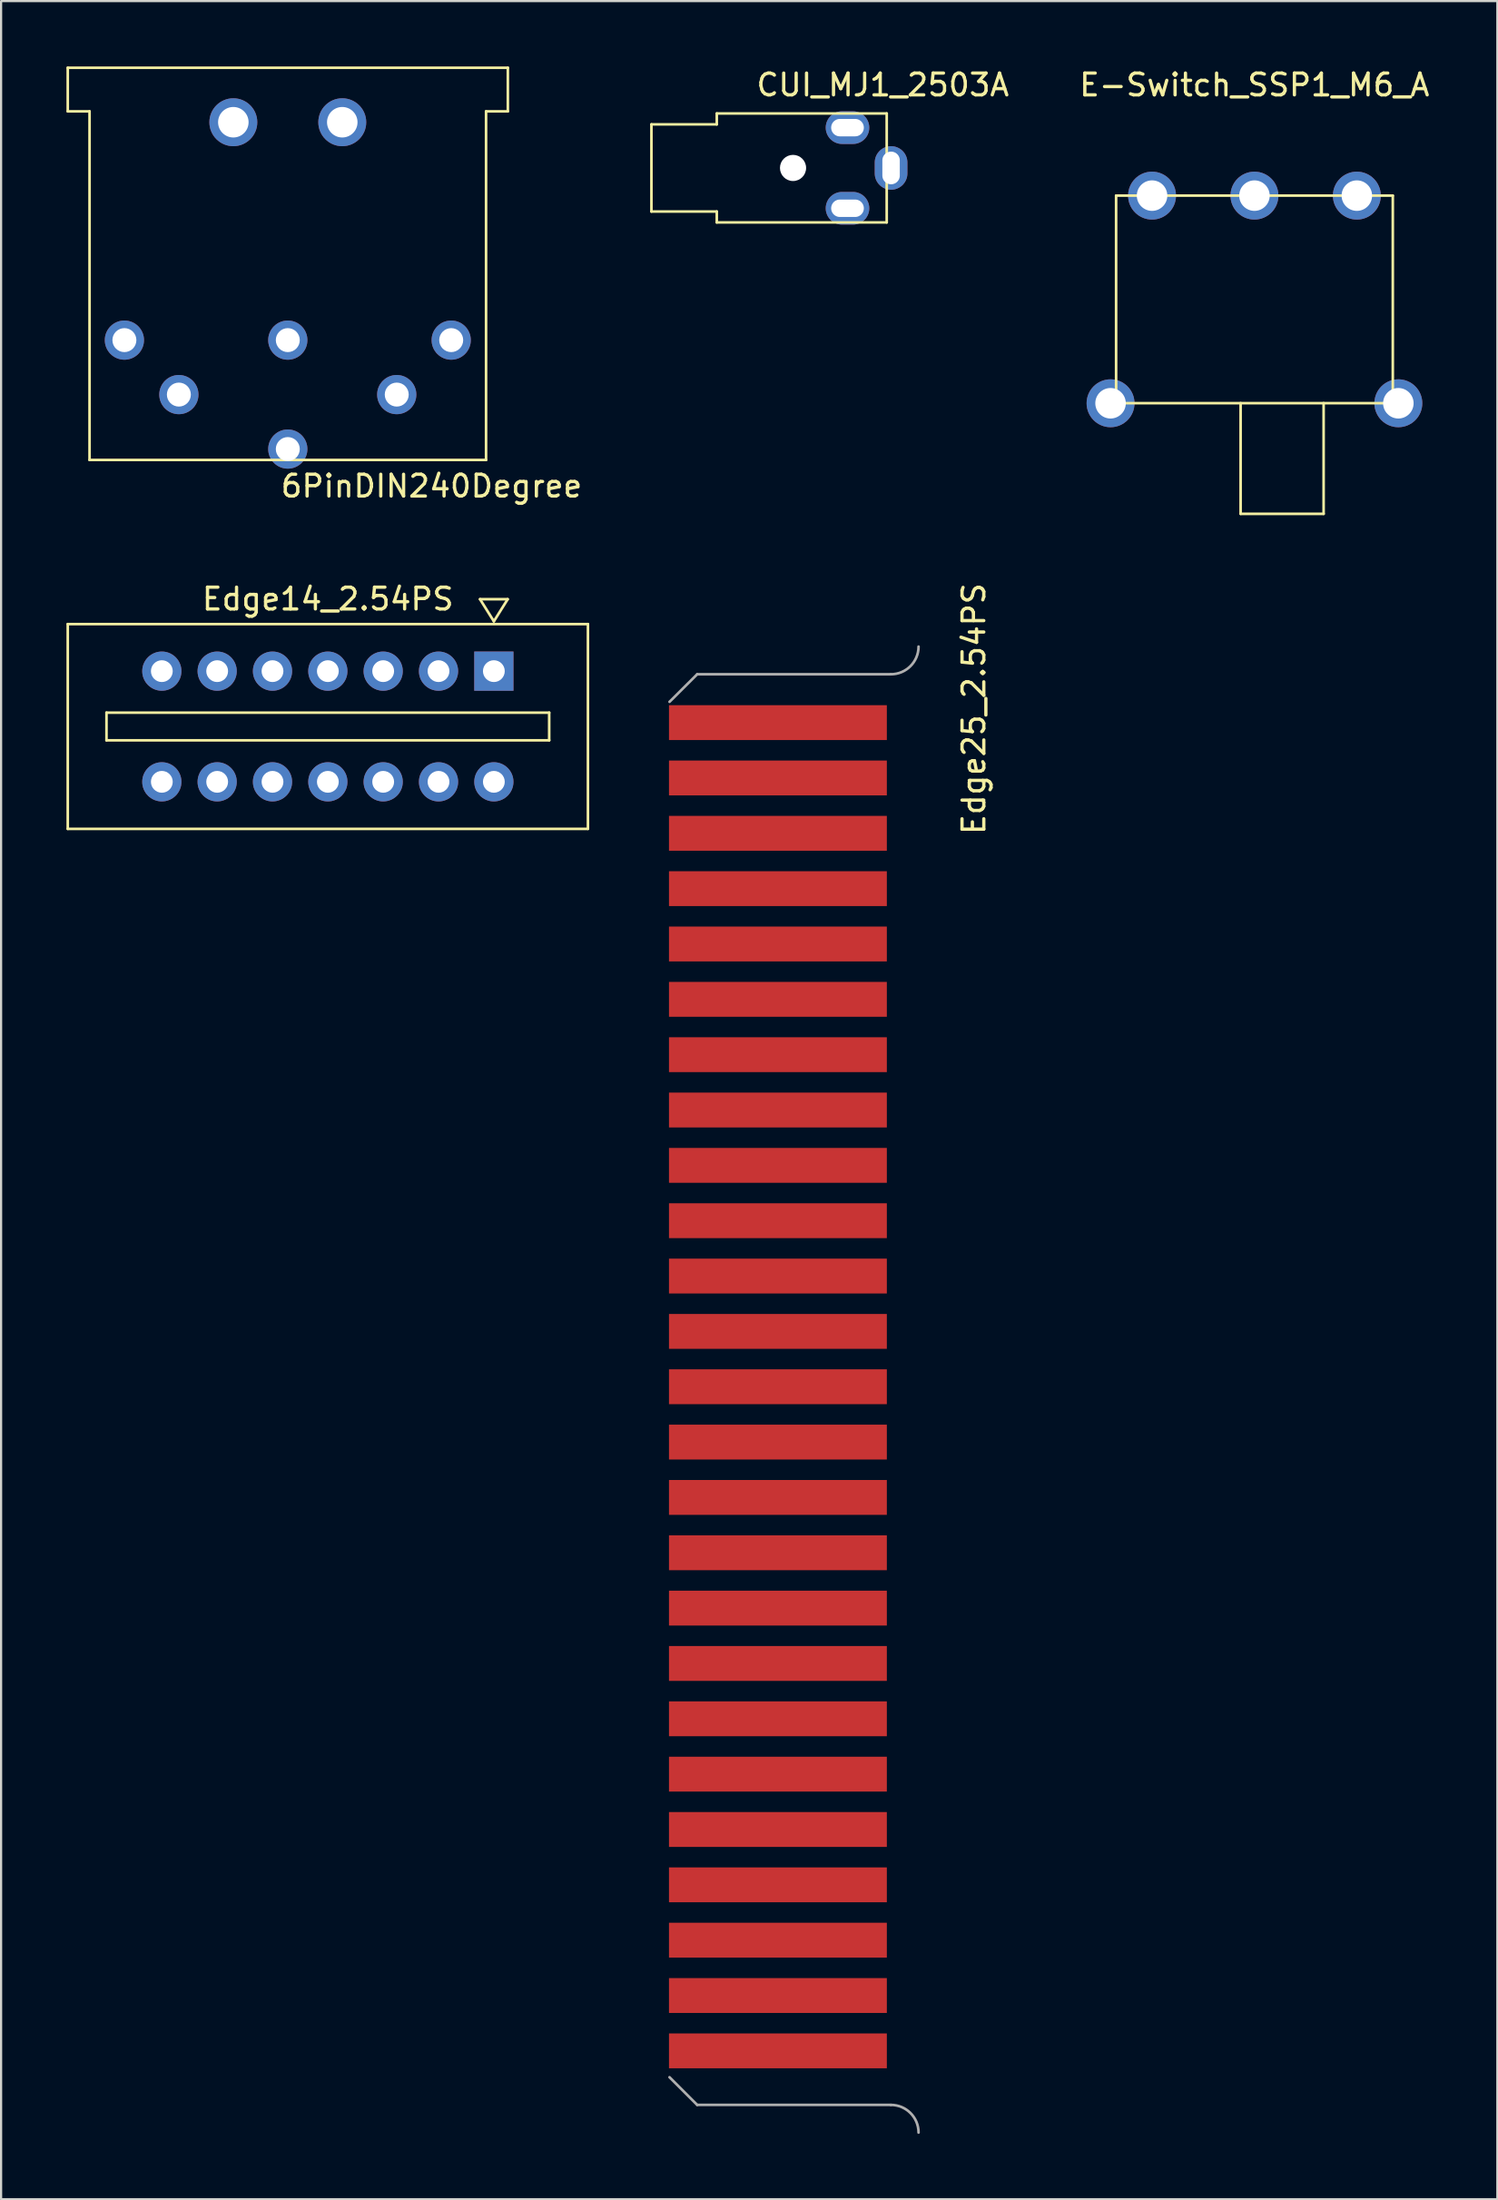
<source format=kicad_pcb>
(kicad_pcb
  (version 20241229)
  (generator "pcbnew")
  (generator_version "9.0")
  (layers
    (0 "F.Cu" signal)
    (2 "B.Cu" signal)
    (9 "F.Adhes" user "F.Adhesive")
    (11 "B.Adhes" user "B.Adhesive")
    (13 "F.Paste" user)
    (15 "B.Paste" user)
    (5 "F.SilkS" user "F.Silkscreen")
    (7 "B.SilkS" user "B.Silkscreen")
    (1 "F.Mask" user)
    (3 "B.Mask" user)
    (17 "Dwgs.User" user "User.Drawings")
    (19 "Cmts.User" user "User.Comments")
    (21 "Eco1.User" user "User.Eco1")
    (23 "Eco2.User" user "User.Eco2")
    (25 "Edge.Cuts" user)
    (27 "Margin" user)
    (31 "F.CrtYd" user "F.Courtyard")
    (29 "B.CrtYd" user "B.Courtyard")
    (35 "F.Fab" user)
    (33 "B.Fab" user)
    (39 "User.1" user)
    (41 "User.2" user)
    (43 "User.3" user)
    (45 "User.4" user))
  (footprint "6PinDIN240Degree"
    (layer "F.Cu")
    (at 10.16 12.56)
    (property "Reference" "6PinDIN240Degree" (at 6.6 6.7 0) (layer "F.SilkS") (effects (font (size 1 1) (thickness 0.15))))
    (attr through_hole)
    (fp_line (start -10.1 -12.5) (end -10.1 -10.5) (stroke (width 0.12) (type solid)) (layer "F.SilkS"))
    (fp_line (start -10.1 -12.5) (end 10.1 -12.5) (stroke (width 0.12) (type solid)) (layer "F.SilkS"))
    (fp_line (start -10.1 -10.5) (end -9.1 -10.5) (stroke (width 0.12) (type solid)) (layer "F.SilkS"))
    (fp_line (start -9.1 -10.5) (end -9.1 5.5) (stroke (width 0.12) (type solid)) (layer "F.SilkS"))
    (fp_line (start -9.1 5.5) (end 9.1 5.5) (stroke (width 0.12) (type solid)) (layer "F.SilkS"))
    (fp_line (start 9.1 -10.5) (end 9.1 5.5) (stroke (width 0.12) (type solid)) (layer "F.SilkS"))
    (fp_line (start 9.1 -10.5) (end 10.1 -10.5) (stroke (width 0.12) (type solid)) (layer "F.SilkS"))
    (fp_line (start 10.1 -12.5) (end 10.1 -10.5) (stroke (width 0.12) (type solid)) (layer "F.SilkS"))
    (pad "1" thru_hole circle (at -7.5 0) (size 1.8 1.8) (drill 1.1) (layers "*.Cu" "*.Mask"))
    (pad "2" thru_hole circle (at -5 2.5) (size 1.8 1.8) (drill 1.1) (layers "*.Cu" "*.Mask"))
    (pad "3" thru_hole circle (at 0 0) (size 1.8 1.8) (drill 1.1) (layers "*.Cu" "*.Mask"))
    (pad "4" thru_hole circle (at 5 2.5) (size 1.8 1.8) (drill 1.1) (layers "*.Cu" "*.Mask"))
    (pad "5" thru_hole circle (at 7.5 0) (size 1.8 1.8) (drill 1.1) (layers "*.Cu" "*.Mask"))
    (pad "6" thru_hole circle (at 0 5) (size 1.8 1.8) (drill 1.1) (layers "*.Cu" "*.Mask"))
    (pad "SH" thru_hole circle (at -2.5 -10) (size 2.2 2.2) (drill 1.4) (layers "*.Cu" "*.Mask"))
    (pad "SH" thru_hole circle (at 2.5 -10) (size 2.2 2.2) (drill 1.4) (layers "*.Cu" "*.Mask")))
  (footprint "Edge25_2.54PS"
    (layer "F.Cu")
    (at 30.856 30.115)
    (property "Reference" "Edge25_2.54PS" (at 10.795 -0.635 90) (layer "F.SilkS") (effects (font (size 1 1) (thickness 0.15))))
    (attr through_hole)
    (fp_poly (pts (xy 6.985 63.5) (xy -3.81 63.5) (xy -3.81 -2.54) (xy 6.985 -2.54)) (stroke (width 0.1) (type solid)) (fill yes) (layer "F.Mask"))
    (fp_line (start -1.905 -2.22) (end -3.175 -0.954) (stroke (width 0.12) (type solid)) (layer "F.Fab"))
    (fp_line (start -1.905 63.44) (end -3.175 62.17) (stroke (width 0.12) (type solid)) (layer "F.Fab"))
    (fp_line (start 6.985 -2.22) (end -1.905 -2.22) (stroke (width 0.12) (type solid)) (layer "F.Fab"))
    (fp_line (start 6.985 63.44) (end -1.905 63.44) (stroke (width 0.12) (type solid)) (layer "F.Fab"))
    (fp_arc (start 6.985 63.44) (mid 7.883026 63.811974) (end 8.255 64.71) (stroke (width 0.12) (type solid)) (layer "F.Fab"))
    (fp_arc (start 8.255 -3.49) (mid 7.883026 -2.591974) (end 6.985 -2.22) (stroke (width 0.12) (type solid)) (layer "F.Fab"))
    (pad "1" smd rect (at 1.8 0) (size 10 1.6) (layers "F.Cu" "F.Mask" "F.Paste"))
    (pad "2" smd rect (at 1.8 2.54) (size 10 1.6) (layers "F.Cu" "F.Mask" "F.Paste"))
    (pad "3" smd rect (at 1.8 5.08) (size 10 1.6) (layers "F.Cu" "F.Mask" "F.Paste"))
    (pad "4" smd rect (at 1.8 7.62) (size 10 1.6) (layers "F.Cu" "F.Mask" "F.Paste"))
    (pad "5" smd rect (at 1.8 10.16) (size 10 1.6) (layers "F.Cu" "F.Mask" "F.Paste"))
    (pad "6" smd rect (at 1.8 12.7) (size 10 1.6) (layers "F.Cu" "F.Mask" "F.Paste"))
    (pad "7" smd rect (at 1.8 15.24) (size 10 1.6) (layers "F.Cu" "F.Mask" "F.Paste"))
    (pad "8" smd rect (at 1.8 17.78) (size 10 1.6) (layers "F.Cu" "F.Mask" "F.Paste"))
    (pad "9" smd rect (at 1.8 20.32) (size 10 1.6) (layers "F.Cu" "F.Mask" "F.Paste"))
    (pad "10" smd rect (at 1.8 22.86) (size 10 1.6) (layers "F.Cu" "F.Mask" "F.Paste"))
    (pad "11" smd rect (at 1.8 25.4) (size 10 1.6) (layers "F.Cu" "F.Mask" "F.Paste"))
    (pad "12" smd rect (at 1.8 27.94) (size 10 1.6) (layers "F.Cu" "F.Mask" "F.Paste"))
    (pad "13" smd rect (at 1.8 30.48) (size 10 1.6) (layers "F.Cu" "F.Mask" "F.Paste"))
    (pad "14" smd rect (at 1.8 33.02) (size 10 1.6) (layers "F.Cu" "F.Mask" "F.Paste"))
    (pad "15" smd rect (at 1.8 35.56) (size 10 1.6) (layers "F.Cu" "F.Mask" "F.Paste"))
    (pad "16" smd rect (at 1.8 38.1) (size 10 1.6) (layers "F.Cu" "F.Mask" "F.Paste"))
    (pad "17" smd rect (at 1.8 40.64) (size 10 1.6) (layers "F.Cu" "F.Mask" "F.Paste"))
    (pad "18" smd rect (at 1.8 43.18) (size 10 1.6) (layers "F.Cu" "F.Mask" "F.Paste"))
    (pad "19" smd rect (at 1.8 45.72) (size 10 1.6) (layers "F.Cu" "F.Mask" "F.Paste"))
    (pad "20" smd rect (at 1.8 48.26) (size 10 1.6) (layers "F.Cu" "F.Mask" "F.Paste"))
    (pad "21" smd rect (at 1.8 50.8) (size 10 1.6) (layers "F.Cu" "F.Mask" "F.Paste"))
    (pad "22" smd rect (at 1.8 53.34) (size 10 1.6) (layers "F.Cu" "F.Mask" "F.Paste"))
    (pad "23" smd rect (at 1.8 55.88) (size 10 1.6) (layers "F.Cu" "F.Mask" "F.Paste"))
    (pad "24" smd rect (at 1.8 58.42) (size 10 1.6) (layers "F.Cu" "F.Mask" "F.Paste"))
    (pad "25" smd rect (at 1.8 60.96) (size 10 1.6) (layers "F.Cu" "F.Mask" "F.Paste")))
  (footprint "CUI_MJ1_2503A"
    (layer "F.Cu")
    (at 29.85 4.658)
    (property "Reference" "CUI_MJ1_2503A" (at 7.62 -3.81 0) (layer "F.SilkS") (effects (font (size 1 1) (thickness 0.15))))
    (attr through_hole)
    (fp_line (start -3 -2) (end -3 2) (stroke (width 0.12) (type solid)) (layer "F.SilkS"))
    (fp_line (start -3 2) (end 0 2) (stroke (width 0.12) (type solid)) (layer "F.SilkS"))
    (fp_line (start 0 -2.5) (end 0 -2) (stroke (width 0.12) (type solid)) (layer "F.SilkS"))
    (fp_line (start 0 -2) (end -3 -2) (stroke (width 0.12) (type solid)) (layer "F.SilkS"))
    (fp_line (start 0 2) (end 0 2.5) (stroke (width 0.12) (type solid)) (layer "F.SilkS"))
    (fp_line (start 0 2.5) (end 7.8 2.5) (stroke (width 0.12) (type solid)) (layer "F.SilkS"))
    (fp_line (start 7.8 -2.5) (end 0 -2.5) (stroke (width 0.12) (type solid)) (layer "F.SilkS"))
    (fp_line (start 7.8 2.5) (end 7.8 -2.5) (stroke (width 0.12) (type solid)) (layer "F.SilkS"))
    (pad "" np_thru_hole circle (at 3.5 0) (size 1.2 1.2) (drill 1.2) (layers "*.Cu" "*.Mask"))
    (pad "S" thru_hole oval (at 6 -1.85 90) (size 1.5 2) (drill oval 0.8 1.5) (layers "*.Cu" "*.Mask"))
    (pad "S" thru_hole oval (at 6 1.85 90) (size 1.5 2) (drill oval 0.8 1.5) (layers "*.Cu" "*.Mask"))
    (pad "T" thru_hole oval (at 8 0) (size 1.5 2) (drill oval 0.8 1.5) (layers "*.Cu" "*.Mask")))
  (footprint "Edge14_2.54PS"
    (layer "F.Cu")
    (at 11.998 23.942)
    (property "Reference" "Edge14_2.54PS" (at 0 0.5 0) (layer "F.SilkS") (effects (font (size 1 1) (thickness 0.15))))
    (attr through_hole)
    (fp_line (start -11.938 1.651) (end 11.938 1.651) (stroke (width 0.12) (type solid)) (layer "F.SilkS"))
    (fp_line (start -11.938 11.049) (end -11.938 1.651) (stroke (width 0.12) (type solid)) (layer "F.SilkS"))
    (fp_line (start -10.16 5.715) (end 10.16 5.715) (stroke (width 0.12) (type solid)) (layer "F.SilkS"))
    (fp_line (start -10.16 6.985) (end -10.16 5.715) (stroke (width 0.12) (type solid)) (layer "F.SilkS"))
    (fp_line (start 6.985 0.508) (end 8.255 0.508) (stroke (width 0.12) (type solid)) (layer "F.SilkS"))
    (fp_line (start 7.62 1.524) (end 6.985 0.508) (stroke (width 0.12) (type solid)) (layer "F.SilkS"))
    (fp_line (start 8.255 0.508) (end 7.62 1.524) (stroke (width 0.12) (type solid)) (layer "F.SilkS"))
    (fp_line (start 10.16 5.715) (end 10.16 6.985) (stroke (width 0.12) (type solid)) (layer "F.SilkS"))
    (fp_line (start 10.16 6.985) (end -10.16 6.985) (stroke (width 0.12) (type solid)) (layer "F.SilkS"))
    (fp_line (start 11.938 1.651) (end 11.938 11.049) (stroke (width 0.12) (type solid)) (layer "F.SilkS"))
    (fp_line (start 11.938 11.049) (end -11.938 11.049) (stroke (width 0.12) (type solid)) (layer "F.SilkS"))
    (pad "1" thru_hole rect (at 7.62 3.81 270) (size 1.8 1.8) (drill 1) (layers "*.Cu" "*.Mask"))
    (pad "2" thru_hole circle (at 5.08 3.81 270) (size 1.8 1.8) (drill 1) (layers "*.Cu" "*.Mask"))
    (pad "3" thru_hole circle (at 2.54 3.81 270) (size 1.8 1.8) (drill 1) (layers "*.Cu" "*.Mask"))
    (pad "4" thru_hole circle (at 0 3.81 270) (size 1.8 1.8) (drill 1) (layers "*.Cu" "*.Mask"))
    (pad "5" thru_hole circle (at -2.54 3.81 270) (size 1.8 1.8) (drill 1) (layers "*.Cu" "*.Mask"))
    (pad "6" thru_hole circle (at -5.08 3.81 270) (size 1.8 1.8) (drill 1) (layers "*.Cu" "*.Mask"))
    (pad "7" thru_hole circle (at -7.62 3.81 270) (size 1.8 1.8) (drill 1) (layers "*.Cu" "*.Mask"))
    (pad "8" thru_hole circle (at 7.62 8.89 270) (size 1.8 1.8) (drill 1) (layers "*.Cu" "*.Mask"))
    (pad "9" thru_hole circle (at 5.08 8.89 270) (size 1.8 1.8) (drill 1) (layers "*.Cu" "*.Mask"))
    (pad "10" thru_hole circle (at 2.54 8.89 270) (size 1.8 1.8) (drill 1) (layers "*.Cu" "*.Mask"))
    (pad "11" thru_hole circle (at 0 8.89 270) (size 1.8 1.8) (drill 1) (layers "*.Cu" "*.Mask"))
    (pad "12" thru_hole circle (at -2.54 8.89 270) (size 1.8 1.8) (drill 1) (layers "*.Cu" "*.Mask"))
    (pad "13" thru_hole circle (at -5.08 8.89 270) (size 1.8 1.8) (drill 1) (layers "*.Cu" "*.Mask"))
    (pad "14" thru_hole circle (at -7.62 8.89 270) (size 1.8 1.8) (drill 1) (layers "*.Cu" "*.Mask")))
  (footprint "E-Switch_SSP1_M6_A"
    (layer "F.Cu")
    (at 54.529 5.928)
    (property "Reference" "E-Switch_SSP1_M6_A" (at 0 -5.08 0) (layer "F.SilkS") (effects (font (size 1 1) (thickness 0.15))))
    (attr through_hole)
    (fp_line (start -6.35 0) (end -6.35 9.525) (stroke (width 0.12) (type solid)) (layer "F.SilkS"))
    (fp_line (start -6.35 9.525) (end 6.35 9.525) (stroke (width 0.12) (type solid)) (layer "F.SilkS"))
    (fp_line (start -0.635 14.605) (end -0.635 9.525) (stroke (width 0.12) (type solid)) (layer "F.SilkS"))
    (fp_line (start 3.175 9.525) (end 3.175 14.605) (stroke (width 0.12) (type solid)) (layer "F.SilkS"))
    (fp_line (start 3.175 14.605) (end -0.635 14.605) (stroke (width 0.12) (type solid)) (layer "F.SilkS"))
    (fp_line (start 6.35 0) (end -6.35 0) (stroke (width 0.12) (type solid)) (layer "F.SilkS"))
    (fp_line (start 6.35 9.525) (end 6.35 0) (stroke (width 0.12) (type solid)) (layer "F.SilkS"))
    (pad "1" thru_hole circle (at 4.7 0) (size 2.2 2.2) (drill 1.4) (layers "*.Cu" "*.Mask"))
    (pad "2" thru_hole circle (at 0 0) (size 2.2 2.2) (drill 1.4) (layers "*.Cu" "*.Mask"))
    (pad "3" thru_hole circle (at -4.7 0) (size 2.2 2.2) (drill 1.4) (layers "*.Cu" "*.Mask"))
    (pad "G" thru_hole circle (at -6.605 9.53) (size 2.2 2.2) (drill 1.4) (layers "*.Cu" "*.Mask"))
    (pad "G" thru_hole circle (at 6.605 9.53) (size 2.2 2.2) (drill 1.4) (layers "*.Cu" "*.Mask")))
  (gr_rect
    (start -3 -3)
    (end 65.678 97.885)
    (stroke (width 0.1) (type default))
    (fill no)
    (layer "Edge.Cuts")))
</source>
